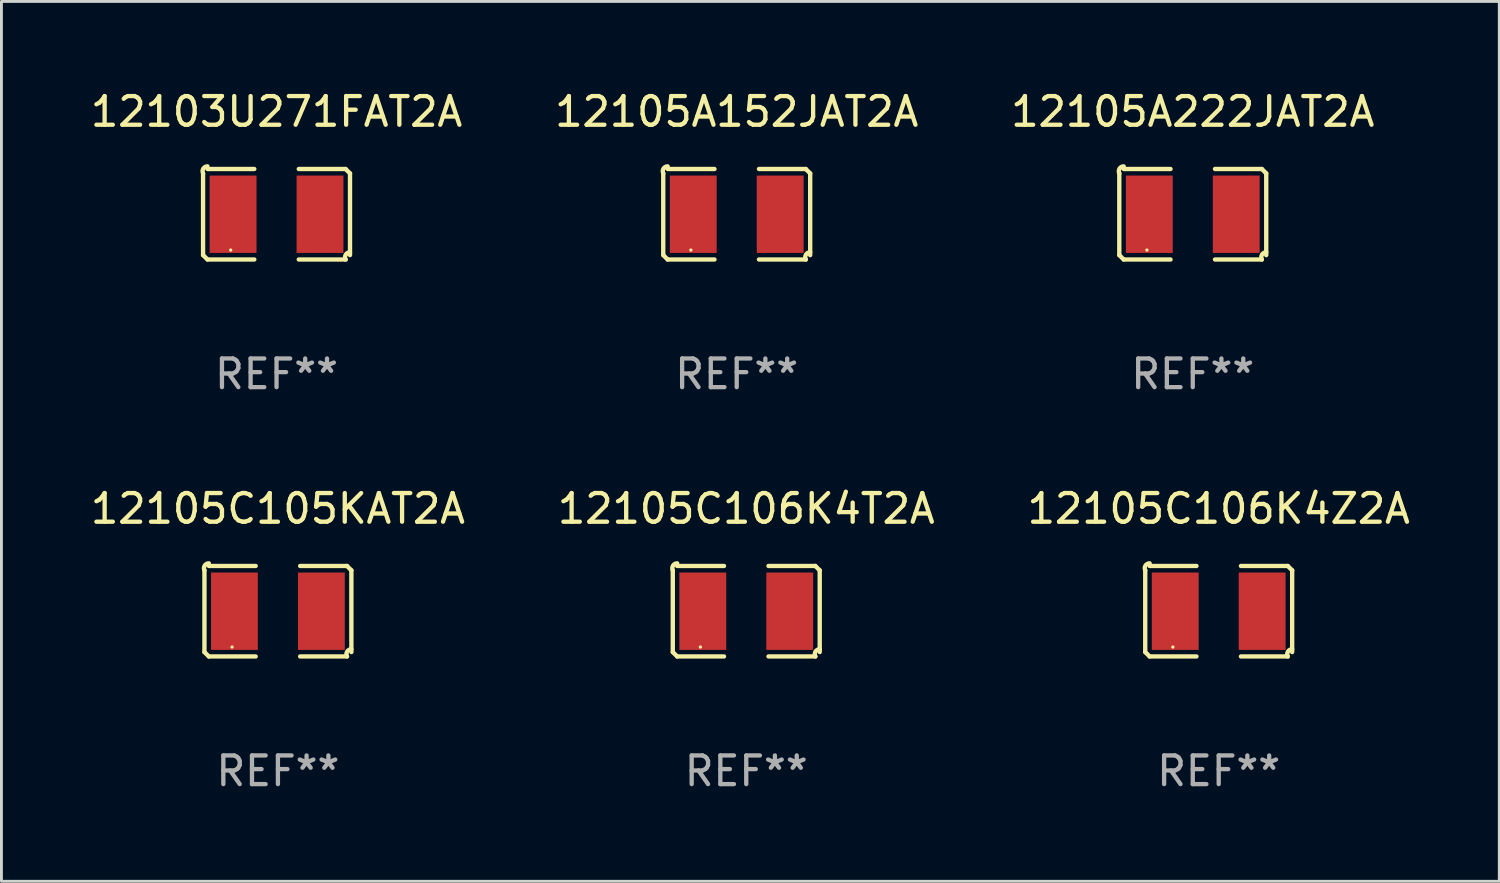
<source format=kicad_pcb>
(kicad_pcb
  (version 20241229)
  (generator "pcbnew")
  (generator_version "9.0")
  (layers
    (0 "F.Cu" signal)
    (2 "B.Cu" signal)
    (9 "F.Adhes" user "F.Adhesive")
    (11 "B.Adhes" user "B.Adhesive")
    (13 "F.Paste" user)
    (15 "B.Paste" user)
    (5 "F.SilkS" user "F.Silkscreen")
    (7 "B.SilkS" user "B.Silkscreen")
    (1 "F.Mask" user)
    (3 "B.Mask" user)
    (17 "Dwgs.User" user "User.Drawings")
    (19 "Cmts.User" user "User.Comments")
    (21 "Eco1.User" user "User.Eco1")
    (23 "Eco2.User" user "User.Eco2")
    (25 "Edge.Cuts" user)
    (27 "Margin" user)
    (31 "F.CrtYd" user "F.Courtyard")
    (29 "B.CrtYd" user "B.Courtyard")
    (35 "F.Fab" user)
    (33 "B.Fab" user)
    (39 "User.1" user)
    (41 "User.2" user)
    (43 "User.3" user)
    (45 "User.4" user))
  (footprint "12103U271FAT2A"
    (layer "F.Cu")
    (at 6.601 4.427)
    (property "Reference" "12103U271FAT2A" (at 0 -3.579 0) (layer "F.SilkS") (effects (font (size 1 1) (thickness 0.15))))
    (attr through_hole)
    (fp_line (start -2.564 1.426) (end -2.564 -1.426) (stroke (width 0.152) (type solid)) (layer "F.SilkS"))
    (fp_line (start -2.411 -1.579) (end -0.776 -1.579) (stroke (width 0.152) (type solid)) (layer "F.SilkS"))
    (fp_line (start -0.776 1.579) (end -2.411 1.579) (stroke (width 0.152) (type solid)) (layer "F.SilkS"))
    (fp_line (start 0.776 1.579) (end 2.411 1.579) (stroke (width 0.152) (type solid)) (layer "F.SilkS"))
    (fp_line (start 2.411 -1.579) (end 0.776 -1.579) (stroke (width 0.152) (type solid)) (layer "F.SilkS"))
    (fp_line (start 2.564 1.426) (end 2.564 -1.426) (stroke (width 0.152) (type solid)) (layer "F.SilkS"))
    (fp_arc (start -2.563602 -1.426213) (mid -2.555597 -1.591233) (end -2.411201 -1.671518) (stroke (width 0.1524) (type solid)) (layer "F.SilkS"))
    (fp_arc (start -2.5636 1.426214) (mid -2.487389 1.502402) (end -2.411201 1.578613) (stroke (width 0.1524) (type solid)) (layer "F.SilkS"))
    (fp_arc (start 2.411197 -1.578618) (mid 2.487403 -1.502419) (end 2.563602 -1.426213) (stroke (width 0.1524) (type solid)) (layer "F.SilkS"))
    (fp_arc (start 2.411201 1.578613) (mid 2.416214 1.409455) (end 2.563602 1.32629) (stroke (width 0.1524) (type solid)) (layer "F.SilkS"))
    (fp_circle (center -1.6 1.25) (end -1.57 1.25) (stroke (width 0.06) (type solid)) (fill no) (layer "F.SilkS"))
    (fp_text user "REF**" (at 0 5.579 0) (layer "F.Fab") (effects (font (size 1 1) (thickness 0.15))))
    (pad "1" smd rect (at -1.517 0) (size 1.635 2.7) (layers "F.Cu" "F.Mask" "F.Paste"))
    (pad "2" smd rect (at 1.517 0) (size 1.635 2.7) (layers "F.Cu" "F.Mask" "F.Paste")))
  (footprint "12105A152JAT2A"
    (layer "F.Cu")
    (at 22.661 4.427)
    (property "Reference" "12105A152JAT2A" (at 0 -3.579 0) (layer "F.SilkS") (effects (font (size 1 1) (thickness 0.15))))
    (attr through_hole)
    (fp_line (start -2.564 1.426) (end -2.564 -1.426) (stroke (width 0.152) (type solid)) (layer "F.SilkS"))
    (fp_line (start -2.411 -1.579) (end -0.776 -1.579) (stroke (width 0.152) (type solid)) (layer "F.SilkS"))
    (fp_line (start -0.776 1.579) (end -2.411 1.579) (stroke (width 0.152) (type solid)) (layer "F.SilkS"))
    (fp_line (start 0.776 1.579) (end 2.411 1.579) (stroke (width 0.152) (type solid)) (layer "F.SilkS"))
    (fp_line (start 2.411 -1.579) (end 0.776 -1.579) (stroke (width 0.152) (type solid)) (layer "F.SilkS"))
    (fp_line (start 2.564 1.426) (end 2.564 -1.426) (stroke (width 0.152) (type solid)) (layer "F.SilkS"))
    (fp_arc (start -2.563602 -1.426213) (mid -2.555597 -1.591233) (end -2.411201 -1.671518) (stroke (width 0.1524) (type solid)) (layer "F.SilkS"))
    (fp_arc (start -2.5636 1.426214) (mid -2.487389 1.502402) (end -2.411201 1.578613) (stroke (width 0.1524) (type solid)) (layer "F.SilkS"))
    (fp_arc (start 2.411197 -1.578618) (mid 2.487403 -1.502419) (end 2.563602 -1.426213) (stroke (width 0.1524) (type solid)) (layer "F.SilkS"))
    (fp_arc (start 2.411201 1.578613) (mid 2.416214 1.409455) (end 2.563602 1.32629) (stroke (width 0.1524) (type solid)) (layer "F.SilkS"))
    (fp_circle (center -1.6 1.25) (end -1.57 1.25) (stroke (width 0.06) (type solid)) (fill no) (layer "F.SilkS"))
    (fp_text user "REF**" (at 0 5.579 0) (layer "F.Fab") (effects (font (size 1 1) (thickness 0.15))))
    (pad "1" smd rect (at -1.517 0) (size 1.635 2.7) (layers "F.Cu" "F.Mask" "F.Paste"))
    (pad "2" smd rect (at 1.517 0) (size 1.635 2.7) (layers "F.Cu" "F.Mask" "F.Paste")))
  (footprint "12105C106K4T2A"
    (layer "F.Cu")
    (at 22.994 18.281)
    (property "Reference" "12105C106K4T2A" (at 0 -3.579 0) (layer "F.SilkS") (effects (font (size 1 1) (thickness 0.15))))
    (attr through_hole)
    (fp_line (start -2.564 1.426) (end -2.564 -1.426) (stroke (width 0.152) (type solid)) (layer "F.SilkS"))
    (fp_line (start -2.411 -1.579) (end -0.776 -1.579) (stroke (width 0.152) (type solid)) (layer "F.SilkS"))
    (fp_line (start -0.776 1.579) (end -2.411 1.579) (stroke (width 0.152) (type solid)) (layer "F.SilkS"))
    (fp_line (start 0.776 1.579) (end 2.411 1.579) (stroke (width 0.152) (type solid)) (layer "F.SilkS"))
    (fp_line (start 2.411 -1.579) (end 0.776 -1.579) (stroke (width 0.152) (type solid)) (layer "F.SilkS"))
    (fp_line (start 2.564 1.426) (end 2.564 -1.426) (stroke (width 0.152) (type solid)) (layer "F.SilkS"))
    (fp_arc (start -2.563602 -1.426213) (mid -2.555597 -1.591233) (end -2.411201 -1.671518) (stroke (width 0.1524) (type solid)) (layer "F.SilkS"))
    (fp_arc (start -2.5636 1.426214) (mid -2.487389 1.502402) (end -2.411201 1.578613) (stroke (width 0.1524) (type solid)) (layer "F.SilkS"))
    (fp_arc (start 2.411197 -1.578618) (mid 2.487403 -1.502419) (end 2.563602 -1.426213) (stroke (width 0.1524) (type solid)) (layer "F.SilkS"))
    (fp_arc (start 2.411201 1.578613) (mid 2.416214 1.409455) (end 2.563602 1.32629) (stroke (width 0.1524) (type solid)) (layer "F.SilkS"))
    (fp_circle (center -1.6 1.25) (end -1.57 1.25) (stroke (width 0.06) (type solid)) (fill no) (layer "F.SilkS"))
    (fp_text user "REF**" (at 0 5.579 0) (layer "F.Fab") (effects (font (size 1 1) (thickness 0.15))))
    (pad "1" smd rect (at -1.517 0) (size 1.635 2.7) (layers "F.Cu" "F.Mask" "F.Paste"))
    (pad "2" smd rect (at 1.517 0) (size 1.635 2.7) (layers "F.Cu" "F.Mask" "F.Paste")))
  (footprint "12105A222JAT2A"
    (layer "F.Cu")
    (at 38.577 4.427)
    (property "Reference" "12105A222JAT2A" (at 0 -3.579 0) (layer "F.SilkS") (effects (font (size 1 1) (thickness 0.15))))
    (attr through_hole)
    (fp_line (start -2.564 1.426) (end -2.564 -1.426) (stroke (width 0.152) (type solid)) (layer "F.SilkS"))
    (fp_line (start -2.411 -1.579) (end -0.776 -1.579) (stroke (width 0.152) (type solid)) (layer "F.SilkS"))
    (fp_line (start -0.776 1.579) (end -2.411 1.579) (stroke (width 0.152) (type solid)) (layer "F.SilkS"))
    (fp_line (start 0.776 1.579) (end 2.411 1.579) (stroke (width 0.152) (type solid)) (layer "F.SilkS"))
    (fp_line (start 2.411 -1.579) (end 0.776 -1.579) (stroke (width 0.152) (type solid)) (layer "F.SilkS"))
    (fp_line (start 2.564 1.426) (end 2.564 -1.426) (stroke (width 0.152) (type solid)) (layer "F.SilkS"))
    (fp_arc (start -2.563602 -1.426213) (mid -2.555597 -1.591233) (end -2.411201 -1.671518) (stroke (width 0.1524) (type solid)) (layer "F.SilkS"))
    (fp_arc (start -2.5636 1.426214) (mid -2.487389 1.502402) (end -2.411201 1.578613) (stroke (width 0.1524) (type solid)) (layer "F.SilkS"))
    (fp_arc (start 2.411197 -1.578618) (mid 2.487403 -1.502419) (end 2.563602 -1.426213) (stroke (width 0.1524) (type solid)) (layer "F.SilkS"))
    (fp_arc (start 2.411201 1.578613) (mid 2.416214 1.409455) (end 2.563602 1.32629) (stroke (width 0.1524) (type solid)) (layer "F.SilkS"))
    (fp_circle (center -1.6 1.25) (end -1.57 1.25) (stroke (width 0.06) (type solid)) (fill no) (layer "F.SilkS"))
    (fp_text user "REF**" (at 0 5.579 0) (layer "F.Fab") (effects (font (size 1 1) (thickness 0.15))))
    (pad "1" smd rect (at -1.517 0) (size 1.635 2.7) (layers "F.Cu" "F.Mask" "F.Paste"))
    (pad "2" smd rect (at 1.517 0) (size 1.635 2.7) (layers "F.Cu" "F.Mask" "F.Paste")))
  (footprint "12105C106K4Z2A"
    (layer "F.Cu")
    (at 39.482 18.281)
    (property "Reference" "12105C106K4Z2A" (at 0 -3.579 0) (layer "F.SilkS") (effects (font (size 1 1) (thickness 0.15))))
    (attr through_hole)
    (fp_line (start -2.564 1.426) (end -2.564 -1.426) (stroke (width 0.152) (type solid)) (layer "F.SilkS"))
    (fp_line (start -2.411 -1.579) (end -0.776 -1.579) (stroke (width 0.152) (type solid)) (layer "F.SilkS"))
    (fp_line (start -0.776 1.579) (end -2.411 1.579) (stroke (width 0.152) (type solid)) (layer "F.SilkS"))
    (fp_line (start 0.776 1.579) (end 2.411 1.579) (stroke (width 0.152) (type solid)) (layer "F.SilkS"))
    (fp_line (start 2.411 -1.579) (end 0.776 -1.579) (stroke (width 0.152) (type solid)) (layer "F.SilkS"))
    (fp_line (start 2.564 1.426) (end 2.564 -1.426) (stroke (width 0.152) (type solid)) (layer "F.SilkS"))
    (fp_arc (start -2.563602 -1.426213) (mid -2.555597 -1.591233) (end -2.411201 -1.671518) (stroke (width 0.1524) (type solid)) (layer "F.SilkS"))
    (fp_arc (start -2.5636 1.426214) (mid -2.487389 1.502402) (end -2.411201 1.578613) (stroke (width 0.1524) (type solid)) (layer "F.SilkS"))
    (fp_arc (start 2.411197 -1.578618) (mid 2.487403 -1.502419) (end 2.563602 -1.426213) (stroke (width 0.1524) (type solid)) (layer "F.SilkS"))
    (fp_arc (start 2.411201 1.578613) (mid 2.416214 1.409455) (end 2.563602 1.32629) (stroke (width 0.1524) (type solid)) (layer "F.SilkS"))
    (fp_circle (center -1.6 1.25) (end -1.57 1.25) (stroke (width 0.06) (type solid)) (fill no) (layer "F.SilkS"))
    (fp_text user "REF**" (at 0 5.579 0) (layer "F.Fab") (effects (font (size 1 1) (thickness 0.15))))
    (pad "1" smd rect (at -1.517 0) (size 1.635 2.7) (layers "F.Cu" "F.Mask" "F.Paste"))
    (pad "2" smd rect (at 1.517 0) (size 1.635 2.7) (layers "F.Cu" "F.Mask" "F.Paste")))
  (footprint "12105C105KAT2A"
    (layer "F.Cu")
    (at 6.649 18.281)
    (property "Reference" "12105C105KAT2A" (at 0 -3.579 0) (layer "F.SilkS") (effects (font (size 1 1) (thickness 0.15))))
    (attr through_hole)
    (fp_line (start -2.564 1.426) (end -2.564 -1.426) (stroke (width 0.152) (type solid)) (layer "F.SilkS"))
    (fp_line (start -2.411 -1.579) (end -0.776 -1.579) (stroke (width 0.152) (type solid)) (layer "F.SilkS"))
    (fp_line (start -0.776 1.579) (end -2.411 1.579) (stroke (width 0.152) (type solid)) (layer "F.SilkS"))
    (fp_line (start 0.776 1.579) (end 2.411 1.579) (stroke (width 0.152) (type solid)) (layer "F.SilkS"))
    (fp_line (start 2.411 -1.579) (end 0.776 -1.579) (stroke (width 0.152) (type solid)) (layer "F.SilkS"))
    (fp_line (start 2.564 1.426) (end 2.564 -1.426) (stroke (width 0.152) (type solid)) (layer "F.SilkS"))
    (fp_arc (start -2.563602 -1.426213) (mid -2.555597 -1.591233) (end -2.411201 -1.671518) (stroke (width 0.1524) (type solid)) (layer "F.SilkS"))
    (fp_arc (start -2.5636 1.426214) (mid -2.487389 1.502402) (end -2.411201 1.578613) (stroke (width 0.1524) (type solid)) (layer "F.SilkS"))
    (fp_arc (start 2.411197 -1.578618) (mid 2.487403 -1.502419) (end 2.563602 -1.426213) (stroke (width 0.1524) (type solid)) (layer "F.SilkS"))
    (fp_arc (start 2.411201 1.578613) (mid 2.416214 1.409455) (end 2.563602 1.32629) (stroke (width 0.1524) (type solid)) (layer "F.SilkS"))
    (fp_circle (center -1.6 1.25) (end -1.57 1.25) (stroke (width 0.06) (type solid)) (fill no) (layer "F.SilkS"))
    (fp_text user "REF**" (at 0 5.579 0) (layer "F.Fab") (effects (font (size 1 1) (thickness 0.15))))
    (pad "1" smd rect (at -1.517 0) (size 1.635 2.7) (layers "F.Cu" "F.Mask" "F.Paste"))
    (pad "2" smd rect (at 1.517 0) (size 1.635 2.7) (layers "F.Cu" "F.Mask" "F.Paste")))
  (gr_rect
    (start -3 -3)
    (end 49.274 27.707)
    (stroke (width 0.1) (type default))
    (fill no)
    (layer "Edge.Cuts")))
</source>
